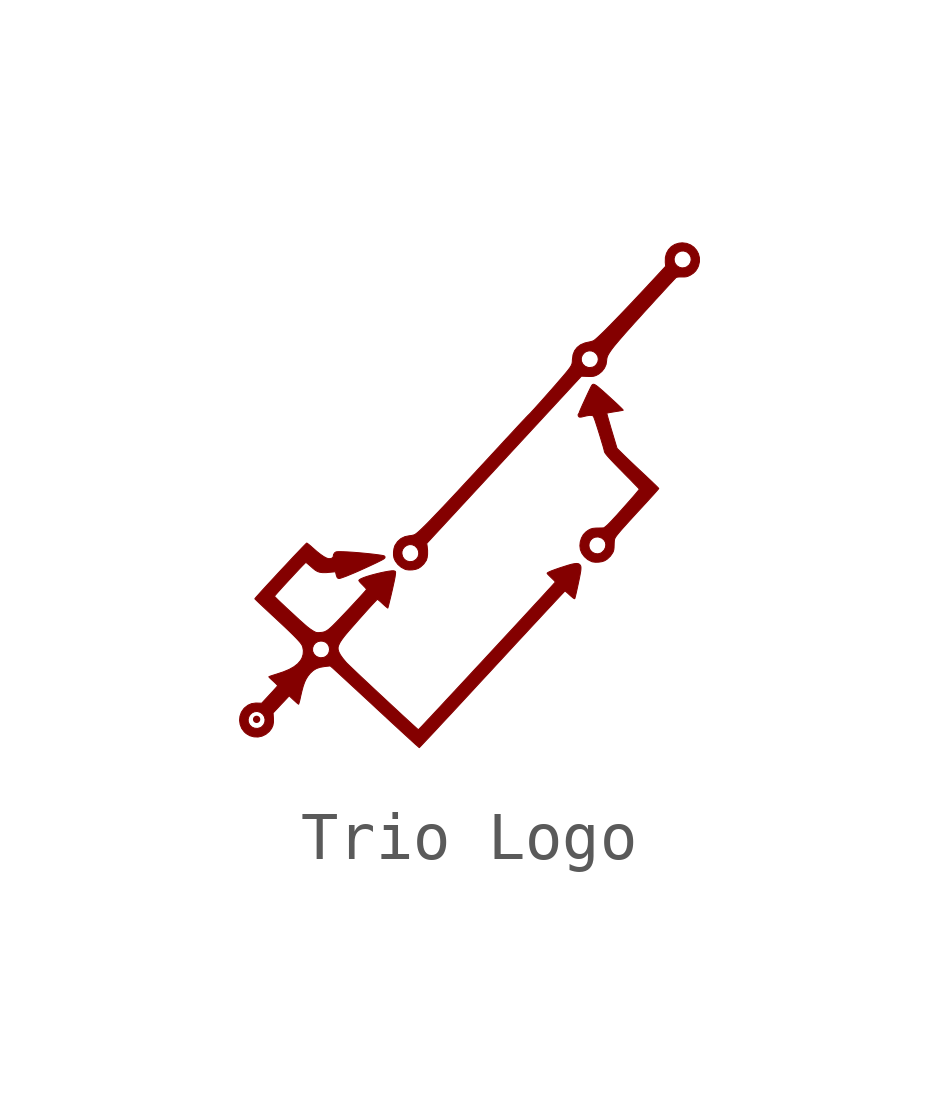
<source format=kicad_sym>
(kicad_symbol_lib
  (version 20210619)
  (generator kicad_symbol_editor)
  (symbol "ulib_Logos:Trio Logo"
    (pin_numbers hide)
    (pin_names
      (offset 1.016) hide)
    (property "Reference" "G"
      (at 0 5.715 0)
      (effects (font (size 1.27 1.27)) hide))
    (symbol "Trio Logo_0_0"
      (polyline (pts (xy 7.123 3.272) (xy 7.191 3.283) (xy 7.246 3.302) (xy 7.299 3.336) (xy 7.364 3.397) (xy 7.413 3.469) (xy 7.425 3.495) (xy 7.435 3.53) (xy 7.44 3.574) (xy 7.442 3.636) (xy 7.443 3.667) (xy 7.446 3.714) (xy 7.451 3.747) (xy 7.461 3.773) (xy 7.477 3.8) (xy 7.489 3.817) (xy 7.51 3.845) (xy 7.538 3.879) (xy 7.575 3.923) (xy 7.621 3.976) (xy 7.679 4.04) (xy 7.748 4.117) (xy 7.831 4.208) (xy 7.928 4.314) (xy 8.042 4.437) (xy 8.061 4.458) (xy 8.133 4.536) (xy 8.198 4.608) (xy 8.256 4.671) (xy 8.304 4.725) (xy 8.34 4.766) (xy 8.363 4.794) (xy 8.371 4.805) (xy 8.367 4.811) (xy 8.347 4.832) (xy 8.312 4.867) (xy 8.264 4.913) (xy 8.206 4.969) (xy 8.14 5.031) (xy 8.068 5.099) (xy 8.037 5.128) (xy 7.956 5.204) (xy 7.876 5.279) (xy 7.8 5.351) (xy 7.732 5.416) (xy 7.675 5.471) (xy 7.633 5.512) (xy 7.502 5.642) (xy 7.393 6.006) (xy 7.381 6.045) (xy 7.356 6.132) (xy 7.333 6.211) (xy 7.314 6.277) (xy 7.3 6.328) (xy 7.291 6.361) (xy 7.288 6.373) (xy 7.29 6.374) (xy 7.309 6.378) (xy 7.346 6.385) (xy 7.398 6.394) (xy 7.459 6.404) (xy 7.476 6.407) (xy 7.536 6.416) (xy 7.584 6.425) (xy 7.617 6.431) (xy 7.631 6.435) (xy 7.631 6.436) (xy 7.622 6.448) (xy 7.595 6.476) (xy 7.55 6.52) (xy 7.487 6.58) (xy 7.405 6.655) (xy 7.305 6.747) (xy 7.234 6.811) (xy 7.167 6.87) (xy 7.114 6.915) (xy 7.073 6.947) (xy 7.042 6.966) (xy 7.018 6.975) (xy 7 6.973) (xy 6.986 6.964) (xy 6.974 6.947) (xy 6.971 6.943) (xy 6.956 6.915) (xy 6.934 6.87) (xy 6.907 6.814) (xy 6.877 6.75) (xy 6.845 6.681) (xy 6.813 6.611) (xy 6.782 6.544) (xy 6.756 6.485) (xy 6.735 6.436) (xy 6.721 6.402) (xy 6.716 6.387) (xy 6.715 6.379) (xy 6.703 6.361) (xy 6.702 6.36) (xy 6.691 6.34) (xy 6.696 6.314) (xy 6.713 6.294) (xy 6.729 6.29) (xy 6.765 6.293) (xy 6.822 6.307) (xy 6.87 6.318) (xy 6.92 6.326) (xy 6.958 6.327) (xy 6.972 6.326) (xy 6.993 6.322) (xy 7.008 6.31) (xy 7.02 6.286) (xy 7.036 6.243) (xy 7.051 6.201) (xy 7.07 6.141) (xy 7.093 6.071) (xy 7.117 5.994) (xy 7.142 5.914) (xy 7.166 5.835) (xy 7.188 5.761) (xy 7.208 5.696) (xy 7.223 5.642) (xy 7.233 5.605) (xy 7.237 5.587) (xy 7.237 5.584) (xy 7.241 5.568) (xy 7.252 5.547) (xy 7.271 5.52) (xy 7.3 5.484) (xy 7.34 5.439) (xy 7.393 5.382) (xy 7.459 5.313) (xy 7.54 5.23) (xy 7.638 5.131) (xy 7.643 5.125) (xy 7.716 5.051) (xy 7.784 4.983) (xy 7.843 4.921) (xy 7.893 4.87) (xy 7.932 4.83) (xy 7.957 4.803) (xy 7.966 4.793) (xy 7.966 4.793) (xy 7.958 4.78) (xy 7.936 4.752) (xy 7.902 4.711) (xy 7.857 4.658) (xy 7.804 4.597) (xy 7.745 4.53) (xy 7.683 4.46) (xy 7.619 4.388) (xy 7.555 4.317) (xy 7.495 4.249) (xy 7.438 4.188) (xy 7.389 4.135) (xy 7.349 4.093) (xy 7.32 4.064) (xy 7.303 4.047) (xy 7.267 4.016) (xy 7.238 3.994) (xy 7.222 3.985) (xy 7.217 3.985) (xy 7.189 3.984) (xy 7.146 3.983) (xy 7.094 3.982) (xy 7.058 3.981) (xy 6.998 3.975) (xy 6.95 3.961) (xy 6.904 3.937) (xy 6.852 3.899) (xy 6.801 3.845) (xy 6.762 3.775) (xy 6.737 3.695) (xy 6.729 3.619) (xy 6.916 3.619) (xy 6.924 3.676) (xy 6.95 3.726) (xy 6.989 3.766) (xy 7.041 3.791) (xy 7.102 3.797) (xy 7.125 3.793) (xy 7.186 3.772) (xy 7.23 3.735) (xy 7.259 3.688) (xy 7.269 3.634) (xy 7.261 3.578) (xy 7.234 3.523) (xy 7.185 3.474) (xy 7.161 3.46) (xy 7.105 3.445) (xy 7.047 3.451) (xy 6.993 3.475) (xy 6.949 3.518) (xy 6.926 3.561) (xy 6.916 3.619) (xy 6.729 3.619) (xy 6.729 3.612) (xy 6.739 3.533) (xy 6.77 3.458) (xy 6.823 3.386) (xy 6.892 3.326) (xy 6.973 3.284) (xy 6.992 3.278) (xy 7.054 3.27) (xy 7.123 3.272)) (stroke (width 0.01)) (fill (type outline)))
      (polyline (pts (xy 3.241 3.111) (xy 3.309 3.122) (xy 3.364 3.141) (xy 3.417 3.175) (xy 3.482 3.236) (xy 3.531 3.308) (xy 3.534 3.313) (xy 3.55 3.367) (xy 3.559 3.438) (xy 3.559 3.519) (xy 3.55 3.604) (xy 3.541 3.662) (xy 5.151 5.402) (xy 6.76 7.143) (xy 6.885 7.138) (xy 6.914 7.137) (xy 6.967 7.137) (xy 7.006 7.14) (xy 7.038 7.148) (xy 7.071 7.16) (xy 7.122 7.188) (xy 7.189 7.244) (xy 7.241 7.312) (xy 7.274 7.387) (xy 7.286 7.466) (xy 7.286 7.471) (xy 7.289 7.502) (xy 7.296 7.535) (xy 7.309 7.57) (xy 7.33 7.609) (xy 7.359 7.655) (xy 7.397 7.709) (xy 7.446 7.772) (xy 7.508 7.846) (xy 7.583 7.934) (xy 7.672 8.036) (xy 7.777 8.154) (xy 7.806 8.186) (xy 7.86 8.247) (xy 7.924 8.317) (xy 7.995 8.395) (xy 8.07 8.479) (xy 8.15 8.566) (xy 8.231 8.654) (xy 8.311 8.743) (xy 8.39 8.828) (xy 8.465 8.91) (xy 8.534 8.985) (xy 8.595 9.052) (xy 8.648 9.108) (xy 8.689 9.152) (xy 8.717 9.181) (xy 8.73 9.194) (xy 8.749 9.203) (xy 8.788 9.208) (xy 8.849 9.209) (xy 8.898 9.208) (xy 8.94 9.212) (xy 8.975 9.221) (xy 9.013 9.239) (xy 9.023 9.243) (xy 9.09 9.286) (xy 9.14 9.335) (xy 9.18 9.399) (xy 9.198 9.44) (xy 9.218 9.526) (xy 9.217 9.611) (xy 9.196 9.692) (xy 9.157 9.765) (xy 9.102 9.828) (xy 9.033 9.876) (xy 8.952 9.908) (xy 8.861 9.919) (xy 8.79 9.912) (xy 8.705 9.886) (xy 8.632 9.84) (xy 8.573 9.777) (xy 8.531 9.701) (xy 8.508 9.613) (xy 8.508 9.587) (xy 8.69 9.587) (xy 8.707 9.646) (xy 8.729 9.683) (xy 8.775 9.723) (xy 8.831 9.746) (xy 8.89 9.749) (xy 8.948 9.731) (xy 8.969 9.718) (xy 9.014 9.673) (xy 9.04 9.62) (xy 9.046 9.563) (xy 9.033 9.507) (xy 9.001 9.456) (xy 8.948 9.416) (xy 8.914 9.403) (xy 8.856 9.396) (xy 8.802 9.409) (xy 8.754 9.438) (xy 8.717 9.479) (xy 8.695 9.53) (xy 8.69 9.587) (xy 8.508 9.587) (xy 8.506 9.515) (xy 8.514 9.431) (xy 8.264 9.161) (xy 8.087 8.971) (xy 7.908 8.78) (xy 7.745 8.607) (xy 7.598 8.453) (xy 7.468 8.318) (xy 7.353 8.2) (xy 7.255 8.101) (xy 7.172 8.02) (xy 7.105 7.957) (xy 7.054 7.912) (xy 7.019 7.885) (xy 7.017 7.884) (xy 6.989 7.872) (xy 6.945 7.86) (xy 6.895 7.849) (xy 6.833 7.835) (xy 6.743 7.797) (xy 6.672 7.742) (xy 6.619 7.673) (xy 6.586 7.588) (xy 6.578 7.523) (xy 6.758 7.523) (xy 6.78 7.581) (xy 6.824 7.632) (xy 6.862 7.656) (xy 6.919 7.671) (xy 6.976 7.667) (xy 7.029 7.645) (xy 7.072 7.607) (xy 7.102 7.557) (xy 7.113 7.496) (xy 7.103 7.44) (xy 7.074 7.387) (xy 7.032 7.347) (xy 6.995 7.331) (xy 6.931 7.322) (xy 6.897 7.326) (xy 6.839 7.349) (xy 6.793 7.391) (xy 6.764 7.447) (xy 6.76 7.461) (xy 6.758 7.523) (xy 6.578 7.523) (xy 6.573 7.49) (xy 6.573 7.489) (xy 6.571 7.44) (xy 6.564 7.401) (xy 6.549 7.365) (xy 6.524 7.324) (xy 6.486 7.273) (xy 6.462 7.243) (xy 6.425 7.198) (xy 6.377 7.141) (xy 6.319 7.075) (xy 6.256 7.001) (xy 6.187 6.922) (xy 6.115 6.84) (xy 6.042 6.758) (xy 5.97 6.676) (xy 5.901 6.599) (xy 5.836 6.527) (xy 5.778 6.462) (xy 5.728 6.408) (xy 5.689 6.366) (xy 5.662 6.339) (xy 5.65 6.328) (xy 5.649 6.327) (xy 5.635 6.312) (xy 5.606 6.282) (xy 5.563 6.236) (xy 5.508 6.178) (xy 5.443 6.108) (xy 5.368 6.027) (xy 5.286 5.938) (xy 5.197 5.843) (xy 5.103 5.741) (xy 4.97 5.597) (xy 4.777 5.388) (xy 4.6 5.197) (xy 4.438 5.022) (xy 4.29 4.863) (xy 4.156 4.718) (xy 4.034 4.588) (xy 3.924 4.471) (xy 3.826 4.367) (xy 3.738 4.275) (xy 3.66 4.194) (xy 3.592 4.123) (xy 3.532 4.062) (xy 3.48 4.011) (xy 3.435 3.967) (xy 3.397 3.931) (xy 3.364 3.901) (xy 3.336 3.878) (xy 3.312 3.86) (xy 3.293 3.847) (xy 3.27 3.838) (xy 3.228 3.828) (xy 3.181 3.822) (xy 3.18 3.822) (xy 3.087 3.803) (xy 3.004 3.763) (xy 2.935 3.702) (xy 2.882 3.623) (xy 2.877 3.613) (xy 2.859 3.554) (xy 2.849 3.484) (xy 2.849 3.445) (xy 3.024 3.445) (xy 3.025 3.492) (xy 3.045 3.546) (xy 3.081 3.591) (xy 3.128 3.622) (xy 3.182 3.638) (xy 3.238 3.635) (xy 3.293 3.611) (xy 3.306 3.601) (xy 3.348 3.554) (xy 3.371 3.498) (xy 3.375 3.44) (xy 3.36 3.384) (xy 3.327 3.336) (xy 3.276 3.299) (xy 3.242 3.287) (xy 3.181 3.282) (xy 3.124 3.298) (xy 3.076 3.332) (xy 3.041 3.382) (xy 3.024 3.445) (xy 2.849 3.445) (xy 2.849 3.416) (xy 2.859 3.358) (xy 2.886 3.297) (xy 2.94 3.225) (xy 3.01 3.165) (xy 3.091 3.123) (xy 3.11 3.117) (xy 3.172 3.109) (xy 3.241 3.111)) (stroke (width 0.01)) (fill (type outline)))
      (polyline (pts (xy 3.389 -0.586) (xy 3.407 -0.568) (xy 3.441 -0.532) (xy 3.489 -0.481) (xy 3.551 -0.415) (xy 3.627 -0.335) (xy 3.714 -0.242) (xy 3.812 -0.136) (xy 3.921 -0.019) (xy 4.04 0.108) (xy 4.167 0.245) (xy 4.302 0.391) (xy 4.444 0.544) (xy 4.592 0.705) (xy 4.746 0.871) (xy 4.904 1.041) (xy 4.989 1.134) (xy 5.145 1.302) (xy 5.295 1.465) (xy 5.44 1.622) (xy 5.579 1.771) (xy 5.709 1.912) (xy 5.832 2.044) (xy 5.945 2.166) (xy 6.048 2.277) (xy 6.141 2.376) (xy 6.221 2.463) (xy 6.289 2.535) (xy 6.344 2.594) (xy 6.384 2.636) (xy 6.409 2.663) (xy 6.419 2.671) (xy 6.426 2.667) (xy 6.449 2.649) (xy 6.482 2.62) (xy 6.522 2.583) (xy 6.541 2.566) (xy 6.584 2.53) (xy 6.611 2.512) (xy 6.622 2.512) (xy 6.623 2.514) (xy 6.632 2.544) (xy 6.644 2.593) (xy 6.659 2.657) (xy 6.675 2.73) (xy 6.692 2.808) (xy 6.709 2.887) (xy 6.724 2.961) (xy 6.736 3.025) (xy 6.745 3.075) (xy 6.749 3.106) (xy 6.751 3.135) (xy 6.751 3.171) (xy 6.745 3.196) (xy 6.731 3.217) (xy 6.719 3.229) (xy 6.695 3.241) (xy 6.661 3.245) (xy 6.616 3.241) (xy 6.556 3.229) (xy 6.478 3.207) (xy 6.381 3.176) (xy 6.303 3.151) (xy 6.209 3.118) (xy 6.136 3.091) (xy 6.086 3.069) (xy 6.056 3.052) (xy 6.046 3.041) (xy 6.049 3.035) (xy 6.066 3.014) (xy 6.096 2.984) (xy 6.133 2.948) (xy 6.156 2.926) (xy 6.189 2.894) (xy 6.21 2.869) (xy 6.217 2.858) (xy 6.212 2.851) (xy 6.191 2.828) (xy 6.155 2.788) (xy 6.106 2.734) (xy 6.043 2.666) (xy 5.969 2.585) (xy 5.884 2.492) (xy 5.789 2.39) (xy 5.686 2.278) (xy 5.575 2.157) (xy 5.457 2.03) (xy 5.335 1.897) (xy 5.207 1.76) (xy 5.077 1.619) (xy 4.944 1.476) (xy 4.81 1.331) (xy 4.676 1.186) (xy 4.542 1.043) (xy 4.411 0.901) (xy 4.283 0.763) (xy 4.159 0.63) (xy 4.04 0.502) (xy 3.927 0.381) (xy 3.822 0.267) (xy 3.724 0.163) (xy 3.637 0.069) (xy 3.559 -0.013) (xy 3.494 -0.083) (xy 3.441 -0.14) (xy 3.401 -0.181) (xy 3.376 -0.207) (xy 3.367 -0.216) (xy 3.363 -0.213) (xy 3.342 -0.195) (xy 3.306 -0.162) (xy 3.256 -0.117) (xy 3.193 -0.059) (xy 3.12 0.008) (xy 3.038 0.083) (xy 2.949 0.166) (xy 2.854 0.254) (xy 2.755 0.346) (xy 2.654 0.44) (xy 2.552 0.535) (xy 2.451 0.629) (xy 2.353 0.721) (xy 2.259 0.809) (xy 2.171 0.891) (xy 2.091 0.967) (xy 2.021 1.034) (xy 1.961 1.091) (xy 1.913 1.137) (xy 1.88 1.169) (xy 1.863 1.187) (xy 1.859 1.192) (xy 1.792 1.273) (xy 1.744 1.341) (xy 1.713 1.4) (xy 1.698 1.45) (xy 1.696 1.473) (xy 1.697 1.504) (xy 1.707 1.539) (xy 1.728 1.585) (xy 1.745 1.615) (xy 1.779 1.666) (xy 1.82 1.721) (xy 1.863 1.774) (xy 1.913 1.833) (xy 1.983 1.913) (xy 2.056 1.996) (xy 2.129 2.079) (xy 2.201 2.16) (xy 2.27 2.237) (xy 2.334 2.308) (xy 2.391 2.371) (xy 2.44 2.423) (xy 2.478 2.463) (xy 2.503 2.489) (xy 2.514 2.498) (xy 2.524 2.492) (xy 2.549 2.473) (xy 2.585 2.442) (xy 2.626 2.404) (xy 2.661 2.372) (xy 2.696 2.342) (xy 2.72 2.322) (xy 2.731 2.316) (xy 2.731 2.317) (xy 2.737 2.334) (xy 2.747 2.372) (xy 2.76 2.425) (xy 2.776 2.49) (xy 2.794 2.563) (xy 2.812 2.64) (xy 2.83 2.717) (xy 2.846 2.791) (xy 2.861 2.857) (xy 2.872 2.912) (xy 2.882 2.962) (xy 2.889 3.013) (xy 2.893 3.052) (xy 2.892 3.072) (xy 2.882 3.084) (xy 2.856 3.092) (xy 2.812 3.092) (xy 2.749 3.084) (xy 2.665 3.069) (xy 2.571 3.049) (xy 2.469 3.024) (xy 2.376 2.999) (xy 2.293 2.974) (xy 2.225 2.95) (xy 2.172 2.927) (xy 2.139 2.907) (xy 2.127 2.891) (xy 2.129 2.886) (xy 2.144 2.864) (xy 2.172 2.832) (xy 2.208 2.796) (xy 2.226 2.777) (xy 2.258 2.744) (xy 2.28 2.718) (xy 2.288 2.705) (xy 2.288 2.704) (xy 2.275 2.687) (xy 2.248 2.656) (xy 2.209 2.612) (xy 2.16 2.558) (xy 2.103 2.496) (xy 2.039 2.427) (xy 1.973 2.356) (xy 1.905 2.283) (xy 1.837 2.211) (xy 1.772 2.143) (xy 1.712 2.08) (xy 1.66 2.026) (xy 1.616 1.982) (xy 1.584 1.95) (xy 1.55 1.918) (xy 1.499 1.873) (xy 1.455 1.843) (xy 1.414 1.823) (xy 1.371 1.812) (xy 1.321 1.807) (xy 1.316 1.806) (xy 1.272 1.805) (xy 1.24 1.809) (xy 1.209 1.822) (xy 1.167 1.846) (xy 1.157 1.853) (xy 1.109 1.885) (xy 1.056 1.926) (xy 1.007 1.968) (xy 0.954 2.015) (xy 0.892 2.07) (xy 0.826 2.131) (xy 0.756 2.196) (xy 0.685 2.261) (xy 0.616 2.325) (xy 0.552 2.386) (xy 0.493 2.441) (xy 0.444 2.488) (xy 0.406 2.526) (xy 0.381 2.551) (xy 0.372 2.561) (xy 0.372 2.561) (xy 0.38 2.573) (xy 0.403 2.6) (xy 0.439 2.641) (xy 0.485 2.692) (xy 0.538 2.751) (xy 0.598 2.816) (xy 0.661 2.885) (xy 0.726 2.955) (xy 0.789 3.023) (xy 0.849 3.087) (xy 0.904 3.146) (xy 0.951 3.195) (xy 0.989 3.233) (xy 1.014 3.258) (xy 1.024 3.267) (xy 1.03 3.264) (xy 1.052 3.248) (xy 1.085 3.22) (xy 1.124 3.186) (xy 1.168 3.147) (xy 1.22 3.105) (xy 1.268 3.077) (xy 1.318 3.061) (xy 1.375 3.054) (xy 1.445 3.054) (xy 1.534 3.062) (xy 1.642 3.072) (xy 1.65 3.036) (xy 1.661 2.993) (xy 1.675 2.956) (xy 1.693 2.937) (xy 1.717 2.932) (xy 1.722 2.932) (xy 1.754 2.94) (xy 1.806 2.958) (xy 1.874 2.983) (xy 1.956 3.017) (xy 2.05 3.056) (xy 2.152 3.101) (xy 2.262 3.151) (xy 2.375 3.203) (xy 2.49 3.257) (xy 2.546 3.285) (xy 2.6 3.312) (xy 2.636 3.332) (xy 2.658 3.348) (xy 2.67 3.361) (xy 2.673 3.373) (xy 2.672 3.384) (xy 2.666 3.395) (xy 2.652 3.404) (xy 2.625 3.411) (xy 2.582 3.418) (xy 2.518 3.427) (xy 2.432 3.438) (xy 2.322 3.45) (xy 2.211 3.461) (xy 2.101 3.471) (xy 1.995 3.479) (xy 1.898 3.485) (xy 1.811 3.489) (xy 1.74 3.491) (xy 1.686 3.49) (xy 1.654 3.486) (xy 1.624 3.467) (xy 1.602 3.432) (xy 1.594 3.39) (xy 1.591 3.376) (xy 1.569 3.356) (xy 1.534 3.345) (xy 1.489 3.346) (xy 1.455 3.358) (xy 1.398 3.388) (xy 1.331 3.434) (xy 1.255 3.494) (xy 1.173 3.566) (xy 1.17 3.568) (xy 1.126 3.608) (xy 1.087 3.64) (xy 1.058 3.662) (xy 1.043 3.67) (xy 1.041 3.669) (xy 1.025 3.654) (xy 0.994 3.623) (xy 0.951 3.579) (xy 0.897 3.522) (xy 0.833 3.455) (xy 0.762 3.381) (xy 0.686 3.299) (xy 0.606 3.213) (xy 0.523 3.125) (xy 0.44 3.036) (xy 0.359 2.948) (xy 0.28 2.863) (xy 0.206 2.783) (xy 0.139 2.71) (xy 0.08 2.645) (xy 0.032 2.591) (xy -0.006 2.549) (xy -0.029 2.522) (xy -0.037 2.51) (xy -0.037 2.509) (xy -0.024 2.496) (xy 0.004 2.468) (xy 0.047 2.427) (xy 0.101 2.376) (xy 0.166 2.315) (xy 0.238 2.248) (xy 0.316 2.175) (xy 0.36 2.135) (xy 0.484 2.019) (xy 0.592 1.918) (xy 0.683 1.831) (xy 0.759 1.757) (xy 0.821 1.694) (xy 0.869 1.642) (xy 0.906 1.6) (xy 0.931 1.566) (xy 0.947 1.54) (xy 0.959 1.51) (xy 0.973 1.433) (xy 0.973 1.427) (xy 1.165 1.427) (xy 1.166 1.488) (xy 1.187 1.544) (xy 1.224 1.588) (xy 1.276 1.619) (xy 1.338 1.63) (xy 1.384 1.625) (xy 1.439 1.605) (xy 1.481 1.566) (xy 1.508 1.515) (xy 1.518 1.457) (xy 1.509 1.4) (xy 1.483 1.348) (xy 1.439 1.308) (xy 1.402 1.291) (xy 1.338 1.282) (xy 1.304 1.286) (xy 1.245 1.309) (xy 1.199 1.351) (xy 1.17 1.407) (xy 1.165 1.427) (xy 0.973 1.427) (xy 0.968 1.353) (xy 0.944 1.276) (xy 0.914 1.224) (xy 0.856 1.157) (xy 0.778 1.096) (xy 0.679 1.04) (xy 0.557 0.989) (xy 0.412 0.941) (xy 0.398 0.937) (xy 0.342 0.919) (xy 0.296 0.904) (xy 0.265 0.892) (xy 0.254 0.886) (xy 0.258 0.88) (xy 0.277 0.859) (xy 0.308 0.829) (xy 0.348 0.793) (xy 0.375 0.768) (xy 0.408 0.736) (xy 0.431 0.711) (xy 0.438 0.7) (xy 0.437 0.699) (xy 0.427 0.686) (xy 0.402 0.658) (xy 0.366 0.618) (xy 0.321 0.568) (xy 0.27 0.513) (xy 0.106 0.336) (xy 0.013 0.339) (xy -0.022 0.339) (xy -0.106 0.327) (xy -0.179 0.295) (xy -0.246 0.243) (xy -0.266 0.223) (xy -0.317 0.149) (xy -0.346 0.067) (xy -0.353 0.001) (xy -0.176 0.001) (xy -0.162 0.054) (xy -0.133 0.101) (xy -0.092 0.137) (xy -0.042 0.159) (xy 0.014 0.164) (xy 0.073 0.147) (xy 0.081 0.144) (xy 0.13 0.105) (xy 0.162 0.055) (xy 0.176 -0.002) (xy 0.171 -0.059) (xy 0.147 -0.113) (xy 0.103 -0.158) (xy 0.077 -0.173) (xy 0.017 -0.189) (xy -0.044 -0.184) (xy -0.1 -0.16) (xy -0.144 -0.117) (xy -0.148 -0.111) (xy -0.173 -0.056) (xy -0.176 0.001) (xy -0.353 0.001) (xy -0.355 -0.019) (xy -0.343 -0.105) (xy -0.311 -0.187) (xy -0.257 -0.26) (xy -0.217 -0.296) (xy -0.141 -0.341) (xy -0.057 -0.364) (xy 0.029 -0.368) (xy 0.113 -0.35) (xy 0.192 -0.312) (xy 0.262 -0.254) (xy 0.269 -0.246) (xy 0.312 -0.188) (xy 0.339 -0.128) (xy 0.351 -0.059) (xy 0.35 0.026) (xy 0.343 0.133) (xy 0.438 0.233) (xy 0.462 0.259) (xy 0.513 0.314) (xy 0.564 0.367) (xy 0.605 0.411) (xy 0.678 0.489) (xy 0.771 0.402) (xy 0.8 0.376) (xy 0.835 0.344) (xy 0.861 0.323) (xy 0.874 0.315) (xy 0.875 0.316) (xy 0.881 0.333) (xy 0.892 0.369) (xy 0.904 0.419) (xy 0.917 0.479) (xy 0.941 0.582) (xy 0.969 0.686) (xy 0.999 0.772) (xy 1.033 0.844) (xy 1.072 0.905) (xy 1.117 0.96) (xy 1.119 0.962) (xy 1.18 1.018) (xy 1.245 1.057) (xy 1.321 1.083) (xy 1.413 1.099) (xy 1.531 1.112) (xy 1.584 1.068) (xy 1.587 1.065) (xy 1.608 1.046) (xy 1.646 1.011) (xy 1.699 0.963) (xy 1.766 0.901) (xy 1.845 0.828) (xy 1.935 0.745) (xy 2.035 0.653) (xy 2.144 0.552) (xy 2.259 0.446) (xy 2.38 0.334) (xy 2.505 0.217) (xy 2.549 0.177) (xy 2.671 0.064) (xy 2.788 -0.045) (xy 2.898 -0.146) (xy 3.001 -0.241) (xy 3.094 -0.326) (xy 3.176 -0.401) (xy 3.247 -0.466) (xy 3.304 -0.518) (xy 3.348 -0.556) (xy 3.375 -0.58) (xy 3.386 -0.589) (xy 3.389 -0.586)) (stroke (width 0.01)) (fill (type outline))))
    (symbol "Trio Logo_1_1"
      (pin input line (at 0 0 180) (length 0) (name "GND" (effects (font (size 1.27 1.27)))) (number "1" (effects (font (size 1.27 1.27))))))))
</source>
